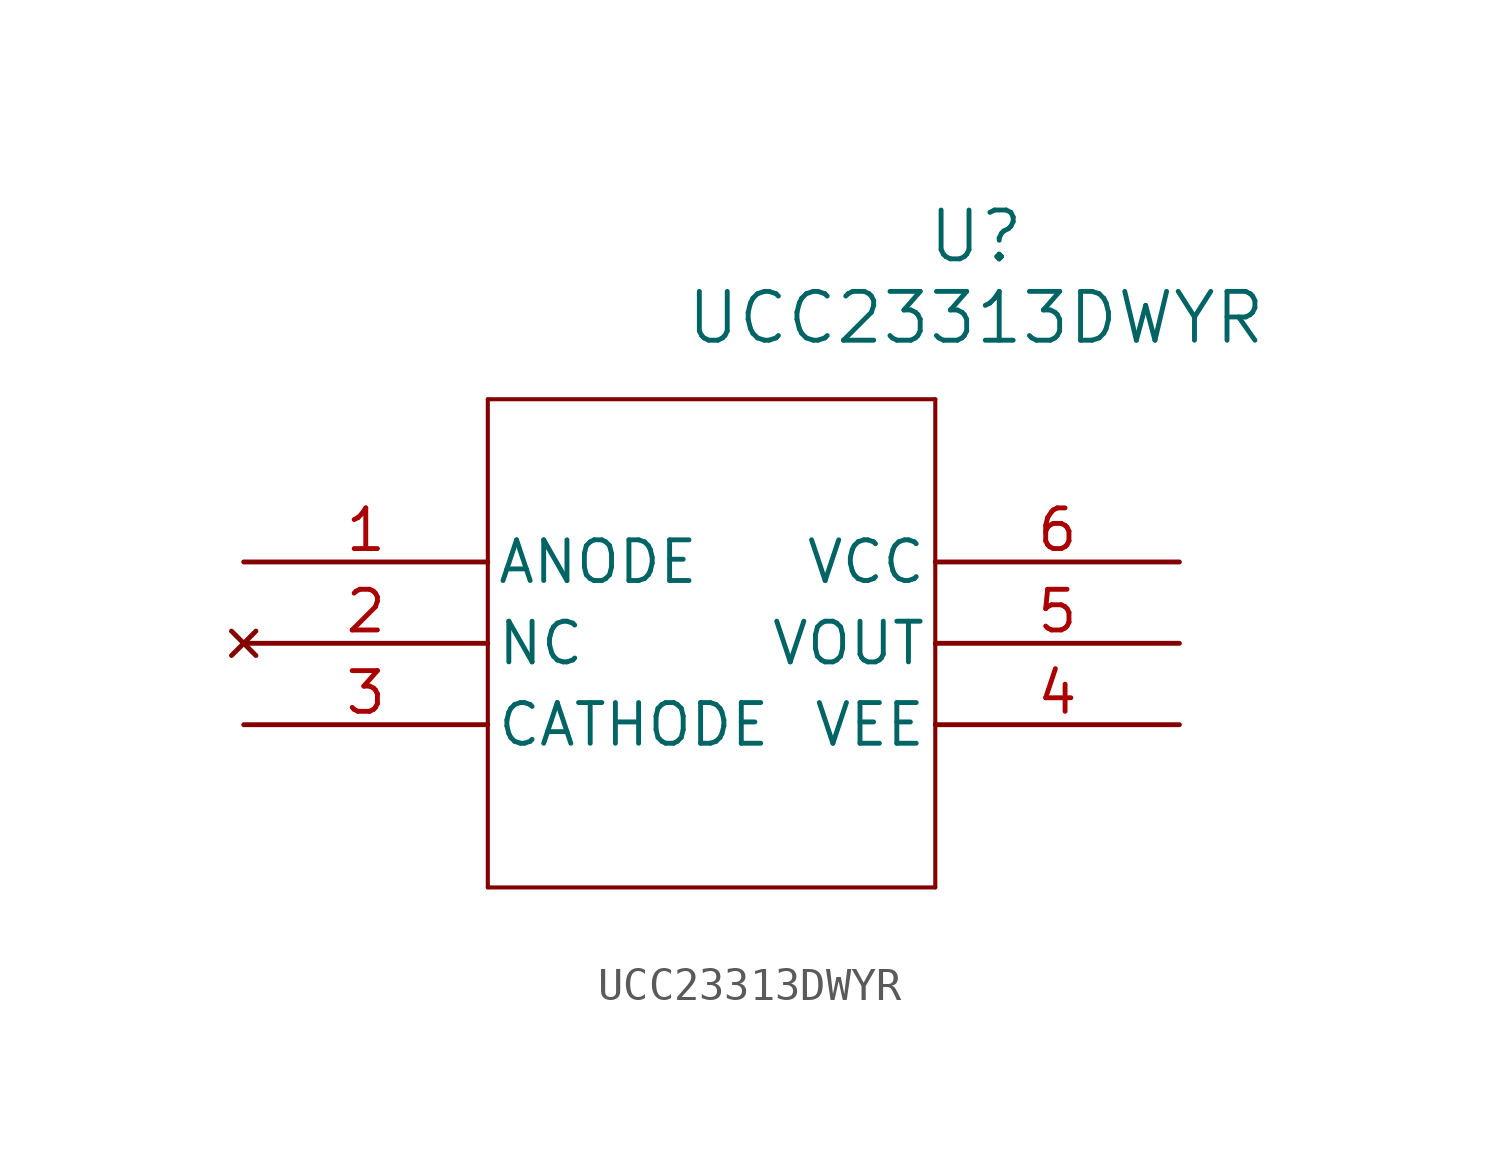
<source format=kicad_sym>
(kicad_symbol_lib
  (version 20231120)
  (generator "kicad_symbol_editor")
  (generator_version "8.0")
  (symbol "UCC23313DWYR"
    (pin_names
      (offset 0.254))
    (property "Reference" "U"
      (at 22.86 10.16 0)
      (effects (font (size 1.524 1.524))))
    (property "Value" "UCC23313DWYR"
      (at 22.86 7.62 0)
      (effects (font (size 1.524 1.524))))
    (property "ki_locked" ""
      (at 0 0 0)
      (effects (font (size 1.27 1.27))))
    (symbol "UCC23313DWYR_0_1"
      (polyline (pts (xy 7.62 -10.16) (xy 21.59 -10.16)) (stroke (width 0.127) (type default)) (fill (type none)))
      (polyline (pts (xy 7.62 5.08) (xy 7.62 -10.16)) (stroke (width 0.127) (type default)) (fill (type none)))
      (polyline (pts (xy 21.59 -10.16) (xy 21.59 5.08)) (stroke (width 0.127) (type default)) (fill (type none)))
      (polyline (pts (xy 21.59 5.08) (xy 7.62 5.08)) (stroke (width 0.127) (type default)) (fill (type none)))
      (pin input line (at 0 0 0) (length 7.62) (name "ANODE" (effects (font (size 1.27 1.27)))) (number "1" (effects (font (size 1.27 1.27)))))
      (pin no_connect line (at 0 -2.54 0) (length 7.62) (name "NC" (effects (font (size 1.27 1.27)))) (number "2" (effects (font (size 1.27 1.27)))))
      (pin input line (at 0 -5.08 0) (length 7.62) (name "CATHODE" (effects (font (size 1.27 1.27)))) (number "3" (effects (font (size 1.27 1.27)))))
      (pin power_in line (at 29.21 -5.08 180) (length 7.62) (name "VEE" (effects (font (size 1.27 1.27)))) (number "4" (effects (font (size 1.27 1.27)))))
      (pin bidirectional line (at 29.21 -2.54 180) (length 7.62) (name "VOUT" (effects (font (size 1.27 1.27)))) (number "5" (effects (font (size 1.27 1.27)))))
      (pin power_in line (at 29.21 0 180) (length 7.62) (name "VCC" (effects (font (size 1.27 1.27)))) (number "6" (effects (font (size 1.27 1.27))))))))
</source>
